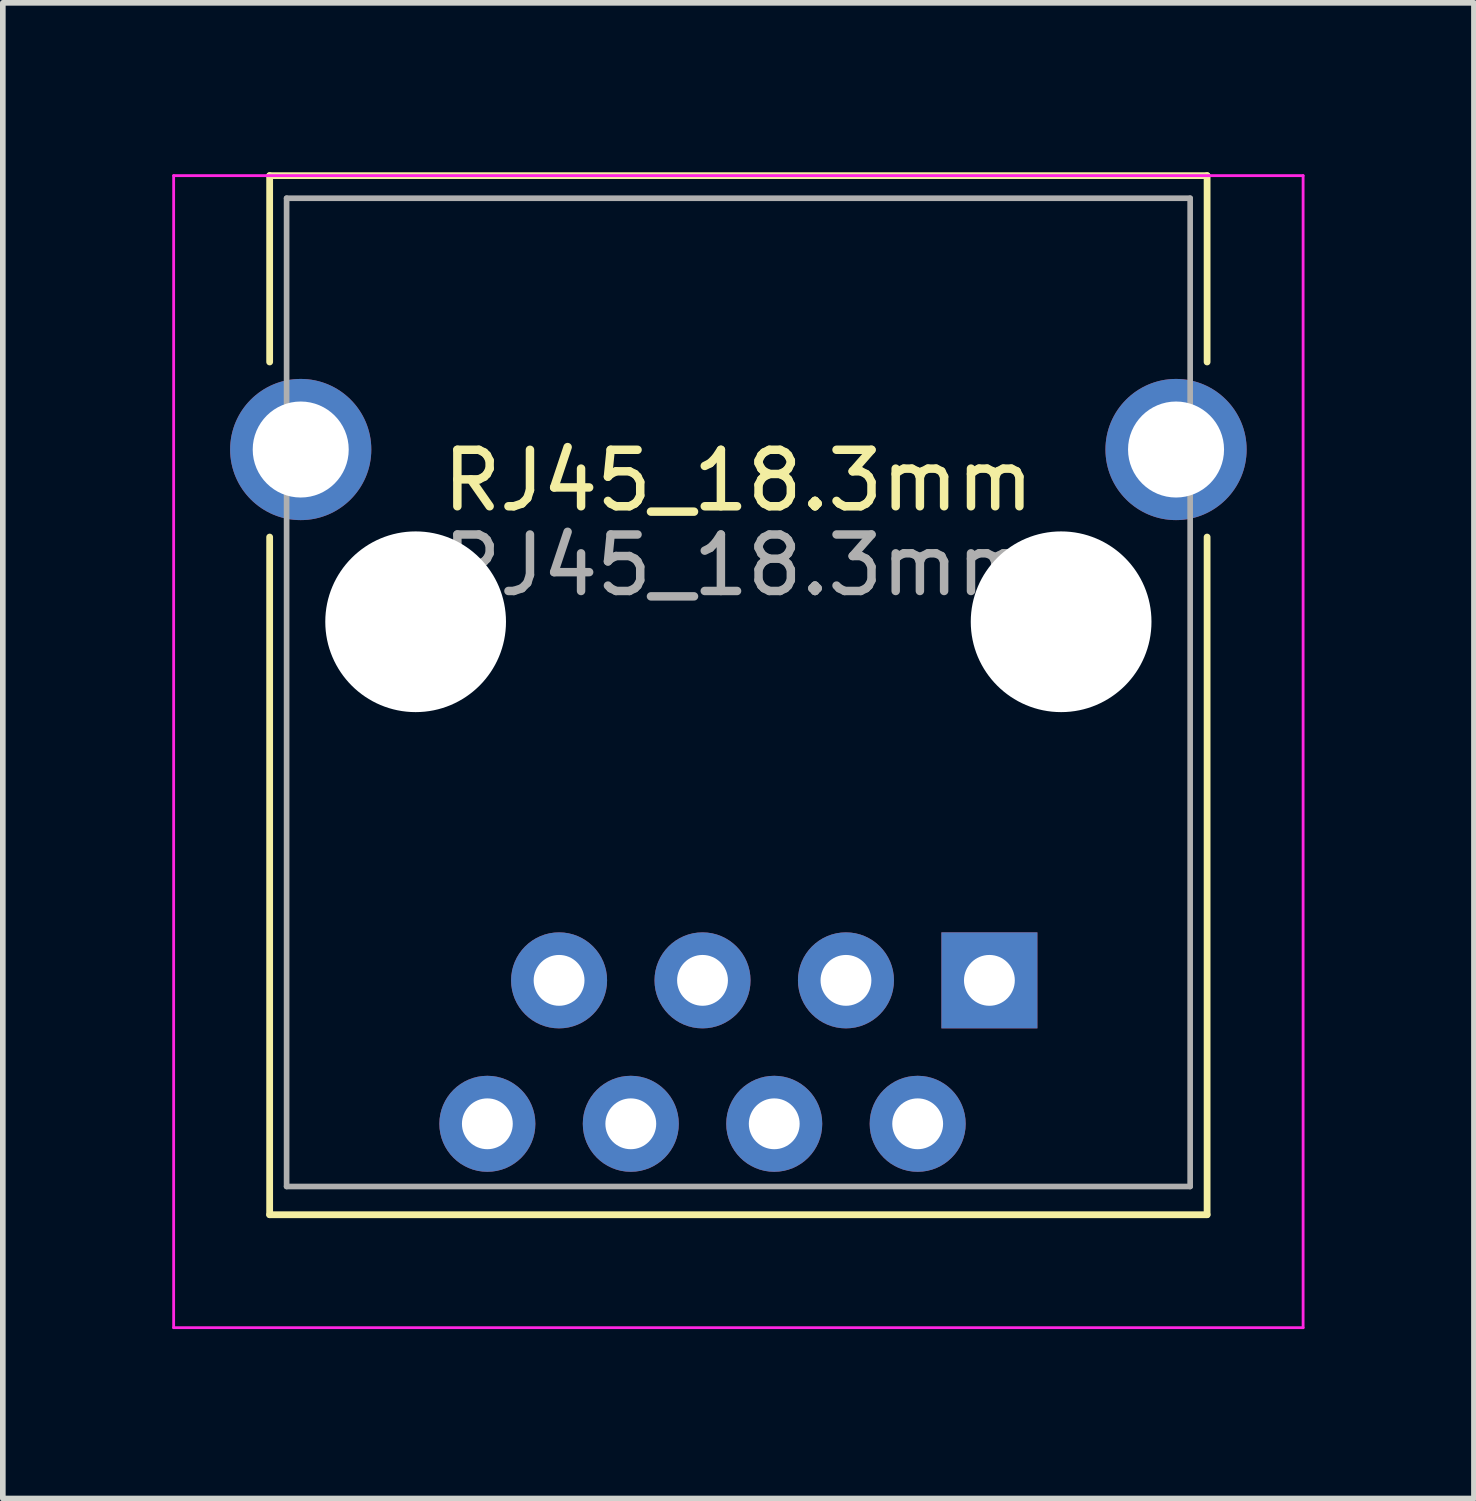
<source format=kicad_pcb>
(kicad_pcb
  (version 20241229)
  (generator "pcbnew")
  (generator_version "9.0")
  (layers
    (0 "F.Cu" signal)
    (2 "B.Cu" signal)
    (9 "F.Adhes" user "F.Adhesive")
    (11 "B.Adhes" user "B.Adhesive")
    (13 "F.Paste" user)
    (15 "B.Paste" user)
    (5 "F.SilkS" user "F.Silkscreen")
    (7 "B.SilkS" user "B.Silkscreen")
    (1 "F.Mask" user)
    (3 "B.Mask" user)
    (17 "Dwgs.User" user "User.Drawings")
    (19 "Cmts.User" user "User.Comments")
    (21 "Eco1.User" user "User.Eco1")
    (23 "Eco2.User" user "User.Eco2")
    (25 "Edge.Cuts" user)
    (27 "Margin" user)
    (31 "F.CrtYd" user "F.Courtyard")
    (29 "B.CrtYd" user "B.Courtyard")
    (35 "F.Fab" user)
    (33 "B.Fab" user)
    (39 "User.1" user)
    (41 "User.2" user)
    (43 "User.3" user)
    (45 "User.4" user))
  (footprint "RJ45_18.3mm"
    (layer "F.Cu")
    (at 10.025 7.96)
    (property "Reference" "RJ45_18.3mm" (at 0 -2.5 0) (layer "F.SilkS") (effects (font (size 1 1) (thickness 0.15))))
    (attr through_hole)
    (fp_line (start -8.3 -7.9) (end 8.3 -7.9) (stroke (width 0.12) (type solid)) (layer "F.SilkS"))
    (fp_line (start -8.3 -4.6) (end -8.3 -7.9) (stroke (width 0.12) (type solid)) (layer "F.SilkS"))
    (fp_line (start -8.3 10.5) (end -8.3 -1.5) (stroke (width 0.12) (type solid)) (layer "F.SilkS"))
    (fp_line (start 8.3 -7.9) (end 8.3 -4.6) (stroke (width 0.12) (type solid)) (layer "F.SilkS"))
    (fp_line (start 8.3 -1.5) (end 8.3 10.5) (stroke (width 0.12) (type solid)) (layer "F.SilkS"))
    (fp_line (start 8.3 10.5) (end -8.3 10.5) (stroke (width 0.12) (type solid)) (layer "F.SilkS"))
    (fp_line (start -10 -7.9) (end -10 12.5) (stroke (width 0.05) (type solid)) (layer "F.CrtYd"))
    (fp_line (start -10 12.5) (end 10 12.5) (stroke (width 0.05) (type solid)) (layer "F.CrtYd"))
    (fp_line (start 10 -7.9) (end -10 -7.9) (stroke (width 0.05) (type solid)) (layer "F.CrtYd"))
    (fp_line (start 10 12.5) (end 10 -7.9) (stroke (width 0.05) (type solid)) (layer "F.CrtYd"))
    (fp_line (start -8 -7.5) (end 8 -7.5) (stroke (width 0.1) (type solid)) (layer "F.Fab"))
    (fp_line (start -8 10) (end -8 -7.5) (stroke (width 0.1) (type solid)) (layer "F.Fab"))
    (fp_line (start 8 -7.5) (end 8 10) (stroke (width 0.1) (type solid)) (layer "F.Fab"))
    (fp_line (start 8 10) (end -8 10) (stroke (width 0.1) (type solid)) (layer "F.Fab"))
    (fp_text user "${REFERENCE}" (at 0 -1 0) (layer "F.Fab") (effects (font (size 1 1) (thickness 0.15))))
    (pad "" np_thru_hole circle (at -5.715 0) (size 3.2 3.2) (drill 3.2) (layers "*.Cu" "*.Mask"))
    (pad "" np_thru_hole circle (at 5.715 0) (size 3.2 3.2) (drill 3.2) (layers "*.Cu" "*.Mask"))
    (pad "1" thru_hole rect (at 4.445 6.35) (size 1.7 1.7) (drill 0.9) (layers "*.Cu" "*.Mask"))
    (pad "2" thru_hole circle (at 3.175 8.89) (size 1.7 1.7) (drill 0.9) (layers "*.Cu" "*.Mask"))
    (pad "3" thru_hole circle (at 1.905 6.35) (size 1.7 1.7) (drill 0.9) (layers "*.Cu" "*.Mask"))
    (pad "4" thru_hole circle (at 0.635 8.89) (size 1.7 1.7) (drill 0.9) (layers "*.Cu" "*.Mask"))
    (pad "5" thru_hole circle (at -0.635 6.35) (size 1.7 1.7) (drill 0.9) (layers "*.Cu" "*.Mask"))
    (pad "6" thru_hole circle (at -1.905 8.89) (size 1.7 1.7) (drill 0.9) (layers "*.Cu" "*.Mask"))
    (pad "7" thru_hole circle (at -3.175 6.35) (size 1.7 1.7) (drill 0.9) (layers "*.Cu" "*.Mask"))
    (pad "8" thru_hole circle (at -4.445 8.89) (size 1.7 1.7) (drill 0.9) (layers "*.Cu" "*.Mask"))
    (pad "SH" thru_hole circle (at -7.75 -3.05) (size 2.5 2.5) (drill 1.7) (layers "*.Cu" "*.Mask"))
    (pad "SH" thru_hole circle (at 7.75 -3.05) (size 2.5 2.5) (drill 1.7) (layers "*.Cu" "*.Mask")))
  (gr_rect
    (start -3 -3)
    (end 23.05 23.485)
    (stroke (width 0.1) (type default))
    (fill no)
    (layer "Edge.Cuts")))
</source>
